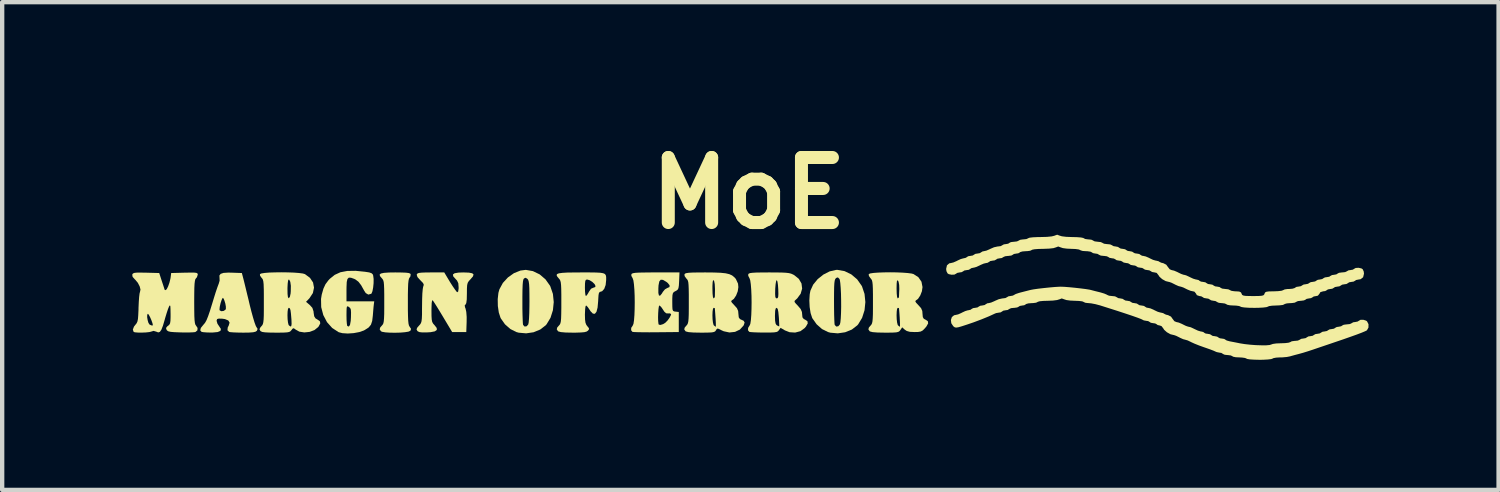
<source format=kicad_pcb>
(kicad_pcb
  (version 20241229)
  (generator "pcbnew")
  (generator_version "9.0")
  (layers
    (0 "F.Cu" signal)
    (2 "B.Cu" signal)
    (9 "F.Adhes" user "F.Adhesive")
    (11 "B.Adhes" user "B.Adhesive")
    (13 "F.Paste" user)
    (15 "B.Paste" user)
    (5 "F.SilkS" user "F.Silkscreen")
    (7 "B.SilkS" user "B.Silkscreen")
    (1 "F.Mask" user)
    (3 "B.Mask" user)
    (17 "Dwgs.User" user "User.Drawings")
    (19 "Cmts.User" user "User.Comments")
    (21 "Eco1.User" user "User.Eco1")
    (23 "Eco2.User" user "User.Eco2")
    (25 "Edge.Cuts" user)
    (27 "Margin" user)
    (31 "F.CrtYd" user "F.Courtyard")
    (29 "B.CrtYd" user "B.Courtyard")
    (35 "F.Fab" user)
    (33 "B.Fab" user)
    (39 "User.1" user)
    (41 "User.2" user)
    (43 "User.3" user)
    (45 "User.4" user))
  (footprint "MoE"
    (layer "F.Cu")
    (at 14.279 4.404)
    (property "Reference" "MoE" (at -0.059 -3 0) (layer "F.SilkS") (effects (font (size 1.5 1.5) (thickness 0.3))))
    (attr board_only exclude_from_pos_files exclude_from_bom)
    (fp_poly (pts (xy -8.065 -1.169) (xy -7.965 -1.165) (xy -7.902 -1.157) (xy -7.869 -1.144) (xy -7.858 -1.131) (xy -7.863 -1.081) (xy -7.883 -1.051) (xy -7.897 -1.027) (xy -7.907 -0.982) (xy -7.915 -0.91) (xy -7.919 -0.804) (xy -7.922 -0.657) (xy -7.922 -0.487) (xy -7.922 -0.301) (xy -7.919 -0.162) (xy -7.915 -0.062) (xy -7.908 0.006) (xy -7.898 0.051) (xy -7.883 0.079) (xy -7.878 0.086) (xy -7.849 0.131) (xy -7.862 0.17) (xy -7.867 0.176) (xy -7.909 0.195) (xy -7.992 0.208) (xy -8.1 0.217) (xy -8.221 0.22) (xy -8.34 0.218) (xy -8.443 0.211) (xy -8.517 0.198) (xy -8.543 0.185) (xy -8.572 0.143) (xy -8.561 0.1) (xy -8.521 0.054) (xy -8.502 0.031) (xy -8.487 0.001) (xy -8.478 -0.044) (xy -8.472 -0.113) (xy -8.468 -0.213) (xy -8.467 -0.354) (xy -8.467 -0.49) (xy -8.467 -0.665) (xy -8.469 -0.795) (xy -8.473 -0.886) (xy -8.479 -0.948) (xy -8.49 -0.989) (xy -8.506 -1.017) (xy -8.523 -1.037) (xy -8.565 -1.086) (xy -8.573 -1.122) (xy -8.544 -1.146) (xy -8.474 -1.161) (xy -8.358 -1.169) (xy -8.212 -1.171)) (stroke (width 0) (type solid)) (fill yes) (layer "F.SilkS"))
    (fp_poly (pts (xy -5.038 -1.201) (xy -4.883 -1.126) (xy -4.749 -1.012) (xy -4.645 -0.866) (xy -4.636 -0.848) (xy -4.577 -0.675) (xy -4.558 -0.487) (xy -4.577 -0.299) (xy -4.633 -0.124) (xy -4.723 0.025) (xy -4.745 0.05) (xy -4.87 0.146) (xy -5.024 0.209) (xy -5.194 0.234) (xy -5.365 0.219) (xy -5.42 0.204) (xy -5.558 0.135) (xy -5.683 0.025) (xy -5.778 -0.11) (xy -5.786 -0.126) (xy -5.825 -0.246) (xy -5.847 -0.396) (xy -5.849 -0.503) (xy -5.281 -0.503) (xy -5.281 -0.341) (xy -5.278 -0.196) (xy -5.274 -0.078) (xy -5.27 0.003) (xy -5.265 0.039) (xy -5.23 0.077) (xy -5.183 0.071) (xy -5.146 0.029) (xy -5.136 -0.017) (xy -5.128 -0.108) (xy -5.122 -0.237) (xy -5.119 -0.396) (xy -5.118 -0.5) (xy -5.119 -0.677) (xy -5.121 -0.807) (xy -5.126 -0.899) (xy -5.135 -0.96) (xy -5.147 -0.998) (xy -5.162 -1.02) (xy -5.205 -1.048) (xy -5.244 -1.032) (xy -5.258 -1.009) (xy -5.268 -0.963) (xy -5.275 -0.885) (xy -5.279 -0.771) (xy -5.281 -0.613) (xy -5.281 -0.503) (xy -5.849 -0.503) (xy -5.85 -0.554) (xy -5.834 -0.7) (xy -5.811 -0.782) (xy -5.731 -0.929) (xy -5.615 -1.055) (xy -5.476 -1.154) (xy -5.326 -1.214) (xy -5.201 -1.23)) (stroke (width 0) (type solid)) (fill yes) (layer "F.SilkS"))
    (fp_poly (pts (xy 2.149 -1.201) (xy 2.304 -1.126) (xy 2.439 -1.012) (xy 2.542 -0.866) (xy 2.552 -0.848) (xy 2.61 -0.675) (xy 2.629 -0.487) (xy 2.61 -0.299) (xy 2.554 -0.124) (xy 2.464 0.025) (xy 2.442 0.05) (xy 2.318 0.146) (xy 2.163 0.209) (xy 1.993 0.234) (xy 1.822 0.219) (xy 1.768 0.204) (xy 1.629 0.135) (xy 1.505 0.025) (xy 1.409 -0.11) (xy 1.401 -0.126) (xy 1.366 -0.234) (xy 1.344 -0.374) (xy 1.338 -0.503) (xy 1.906 -0.503) (xy 1.907 -0.341) (xy 1.909 -0.196) (xy 1.913 -0.078) (xy 1.917 0.003) (xy 1.922 0.039) (xy 1.957 0.077) (xy 2.004 0.071) (xy 2.041 0.029) (xy 2.053 -0.022) (xy 2.062 -0.115) (xy 2.068 -0.238) (xy 2.071 -0.382) (xy 2.07 -0.533) (xy 2.067 -0.682) (xy 2.06 -0.816) (xy 2.051 -0.926) (xy 2.04 -0.999) (xy 2.031 -1.021) (xy 1.996 -1.056) (xy 1.961 -1.046) (xy 1.949 -1.037) (xy 1.934 -1.017) (xy 1.922 -0.982) (xy 1.914 -0.924) (xy 1.909 -0.835) (xy 1.907 -0.709) (xy 1.906 -0.537) (xy 1.906 -0.503) (xy 1.338 -0.503) (xy 1.337 -0.525) (xy 1.346 -0.668) (xy 1.362 -0.751) (xy 1.425 -0.889) (xy 1.529 -1.016) (xy 1.66 -1.121) (xy 1.805 -1.195) (xy 1.952 -1.229) (xy 1.986 -1.23)) (stroke (width 0) (type solid)) (fill yes) (layer "F.SilkS"))
    (fp_poly (pts (xy -8.909 -1.186) (xy -8.813 -1.171) (xy -8.759 -1.152) (xy -8.731 -1.125) (xy -8.722 -1.098) (xy -8.712 -1.02) (xy -8.713 -0.923) (xy -8.723 -0.823) (xy -8.739 -0.738) (xy -8.761 -0.685) (xy -8.768 -0.678) (xy -8.835 -0.66) (xy -8.894 -0.695) (xy -8.932 -0.754) (xy -9 -0.876) (xy -9.063 -0.957) (xy -9.131 -1.008) (xy -9.161 -1.023) (xy -9.235 -1.049) (xy -9.285 -1.05) (xy -9.316 -1.019) (xy -9.332 -0.95) (xy -9.337 -0.836) (xy -9.338 -0.766) (xy -9.338 -0.504) (xy -9.018 -0.504) (xy -8.698 -0.504) (xy -8.707 -0.436) (xy -8.714 -0.374) (xy -8.722 -0.279) (xy -8.73 -0.177) (xy -8.745 -0.052) (xy -8.774 0.035) (xy -8.826 0.098) (xy -8.912 0.154) (xy -8.94 0.169) (xy -9.044 0.205) (xy -9.173 0.229) (xy -9.309 0.238) (xy -9.432 0.23) (xy -9.517 0.208) (xy -9.667 0.111) (xy -9.787 -0.024) (xy -9.87 -0.182) (xy -9.338 -0.182) (xy -9.336 -0.075) (xy -9.33 0.009) (xy -9.322 0.058) (xy -9.319 0.064) (xy -9.283 0.078) (xy -9.257 0.039) (xy -9.24 -0.053) (xy -9.235 -0.138) (xy -9.233 -0.245) (xy -9.237 -0.31) (xy -9.252 -0.348) (xy -9.28 -0.373) (xy -9.282 -0.375) (xy -9.309 -0.389) (xy -9.326 -0.384) (xy -9.334 -0.352) (xy -9.337 -0.282) (xy -9.338 -0.182) (xy -9.87 -0.182) (xy -9.873 -0.188) (xy -9.921 -0.37) (xy -9.925 -0.56) (xy -9.909 -0.659) (xy -9.87 -0.796) (xy -9.823 -0.898) (xy -9.756 -0.988) (xy -9.721 -1.025) (xy -9.609 -1.115) (xy -9.478 -1.175) (xy -9.32 -1.205) (xy -9.128 -1.208)) (stroke (width 0) (type solid)) (fill yes) (layer "F.SilkS"))
    (fp_poly (pts (xy -11.977 -1.165) (xy -11.751 -1.157) (xy -11.715 -1.021) (xy -11.697 -0.949) (xy -11.669 -0.835) (xy -11.635 -0.694) (xy -11.596 -0.535) (xy -11.57 -0.423) (xy -11.531 -0.269) (xy -11.493 -0.131) (xy -11.459 -0.018) (xy -11.431 0.058) (xy -11.416 0.087) (xy -11.388 0.131) (xy -11.402 0.171) (xy -11.406 0.176) (xy -11.436 0.196) (xy -11.491 0.209) (xy -11.582 0.216) (xy -11.716 0.218) (xy -11.721 0.218) (xy -11.843 0.216) (xy -11.947 0.212) (xy -12.02 0.206) (xy -12.044 0.201) (xy -12.083 0.163) (xy -12.077 0.099) (xy -12.054 0.054) (xy -12.034 -0.013) (xy -12.064 -0.063) (xy -12.141 -0.095) (xy -12.206 -0.104) (xy -12.283 -0.106) (xy -12.32 -0.096) (xy -12.332 -0.068) (xy -12.332 -0.051) (xy -12.314 0.012) (xy -12.274 0.072) (xy -12.234 0.133) (xy -12.245 0.177) (xy -12.308 0.204) (xy -12.422 0.215) (xy -12.465 0.216) (xy -12.563 0.213) (xy -12.641 0.207) (xy -12.68 0.2) (xy -12.711 0.165) (xy -12.697 0.109) (xy -12.639 0.037) (xy -12.636 0.034) (xy -12.6 -0.009) (xy -12.565 -0.072) (xy -12.528 -0.164) (xy -12.484 -0.292) (xy -12.476 -0.32) (xy -12.267 -0.32) (xy -12.263 -0.297) (xy -12.223 -0.276) (xy -12.169 -0.284) (xy -12.127 -0.314) (xy -12.12 -0.331) (xy -12.12 -0.384) (xy -12.132 -0.452) (xy -12.152 -0.519) (xy -12.173 -0.569) (xy -12.191 -0.584) (xy -12.194 -0.582) (xy -12.218 -0.535) (xy -12.242 -0.462) (xy -12.26 -0.383) (xy -12.267 -0.32) (xy -12.476 -0.32) (xy -12.44 -0.436) (xy -12.396 -0.58) (xy -12.355 -0.712) (xy -12.319 -0.818) (xy -12.293 -0.889) (xy -12.286 -0.905) (xy -12.264 -0.98) (xy -12.266 -1.043) (xy -12.269 -1.1) (xy -12.24 -1.138) (xy -12.174 -1.16) (xy -12.064 -1.167)) (stroke (width 0) (type solid)) (fill yes) (layer "F.SilkS"))
    (fp_poly (pts (xy -6.949 -0.947) (xy -6.887 -0.85) (xy -6.833 -0.772) (xy -6.795 -0.723) (xy -6.783 -0.714) (xy -6.762 -0.731) (xy -6.752 -0.8) (xy -6.752 -0.829) (xy -6.759 -0.921) (xy -6.788 -0.983) (xy -6.823 -1.021) (xy -6.876 -1.081) (xy -6.883 -1.124) (xy -6.844 -1.152) (xy -6.755 -1.167) (xy -6.643 -1.171) (xy -6.514 -1.166) (xy -6.437 -1.151) (xy -6.407 -1.123) (xy -6.422 -1.078) (xy -6.478 -1.013) (xy -6.517 -0.971) (xy -6.542 -0.931) (xy -6.555 -0.879) (xy -6.56 -0.801) (xy -6.561 -0.685) (xy -6.564 -0.548) (xy -6.575 -0.464) (xy -6.593 -0.43) (xy -6.594 -0.429) (xy -6.612 -0.409) (xy -6.602 -0.361) (xy -6.592 -0.337) (xy -6.575 -0.26) (xy -6.566 -0.144) (xy -6.567 -0.026) (xy -6.575 0.204) (xy -6.738 0.204) (xy -6.901 0.204) (xy -7.111 -0.147) (xy -7.187 -0.273) (xy -7.254 -0.382) (xy -7.308 -0.467) (xy -7.342 -0.518) (xy -7.349 -0.527) (xy -7.364 -0.521) (xy -7.373 -0.465) (xy -7.377 -0.36) (xy -7.378 -0.29) (xy -7.377 -0.166) (xy -7.372 -0.084) (xy -7.361 -0.03) (xy -7.34 0.009) (xy -7.308 0.045) (xy -7.306 0.047) (xy -7.257 0.11) (xy -7.255 0.156) (xy -7.301 0.188) (xy -7.398 0.207) (xy -7.478 0.212) (xy -7.589 0.213) (xy -7.657 0.205) (xy -7.697 0.185) (xy -7.704 0.177) (xy -7.722 0.142) (xy -7.707 0.104) (xy -7.668 0.059) (xy -7.639 0.027) (xy -7.62 -0.004) (xy -7.607 -0.046) (xy -7.6 -0.107) (xy -7.596 -0.199) (xy -7.596 -0.331) (xy -7.595 -0.405) (xy -7.593 -0.557) (xy -7.588 -0.688) (xy -7.579 -0.787) (xy -7.569 -0.843) (xy -7.567 -0.847) (xy -7.555 -0.886) (xy -7.572 -0.926) (xy -7.625 -0.981) (xy -7.635 -0.991) (xy -7.701 -1.064) (xy -7.718 -1.117) (xy -7.716 -1.126) (xy -7.701 -1.146) (xy -7.667 -1.159) (xy -7.606 -1.166) (xy -7.508 -1.17) (xy -7.391 -1.171) (xy -7.083 -1.171)) (stroke (width 0) (type solid)) (fill yes) (layer "F.SilkS"))
    (fp_poly (pts (xy -3.733 -1.171) (xy -3.59 -1.169) (xy -3.488 -1.164) (xy -3.419 -1.153) (xy -3.378 -1.135) (xy -3.357 -1.106) (xy -3.349 -1.066) (xy -3.349 -1.012) (xy -3.349 -0.996) (xy -3.361 -0.881) (xy -3.394 -0.791) (xy -3.442 -0.738) (xy -3.466 -0.73) (xy -3.496 -0.721) (xy -3.515 -0.698) (xy -3.525 -0.648) (xy -3.531 -0.56) (xy -3.534 -0.505) (xy -3.547 -0.36) (xy -3.572 -0.264) (xy -3.609 -0.217) (xy -3.655 -0.221) (xy -3.71 -0.277) (xy -3.733 -0.313) (xy -3.774 -0.373) (xy -3.807 -0.406) (xy -3.814 -0.408) (xy -3.826 -0.383) (xy -3.834 -0.317) (xy -3.838 -0.223) (xy -3.839 -0.199) (xy -3.836 -0.085) (xy -3.826 -0.011) (xy -3.806 0.039) (xy -3.783 0.07) (xy -3.746 0.115) (xy -3.747 0.145) (xy -3.771 0.174) (xy -3.802 0.194) (xy -3.853 0.207) (xy -3.934 0.214) (xy -4.055 0.218) (xy -4.121 0.218) (xy -4.283 0.215) (xy -4.395 0.205) (xy -4.453 0.189) (xy -4.459 0.185) (xy -4.488 0.143) (xy -4.478 0.1) (xy -4.438 0.054) (xy -4.418 0.031) (xy -4.404 0.001) (xy -4.394 -0.045) (xy -4.388 -0.114) (xy -4.385 -0.215) (xy -4.383 -0.356) (xy -4.383 -0.485) (xy -4.383 -0.659) (xy -4.385 -0.788) (xy -4.386 -0.817) (xy -3.839 -0.817) (xy -3.839 -0.817) (xy -3.836 -0.723) (xy -3.828 -0.655) (xy -3.817 -0.626) (xy -3.816 -0.626) (xy -3.792 -0.648) (xy -3.758 -0.703) (xy -3.749 -0.721) (xy -3.698 -0.795) (xy -3.648 -0.817) (xy -3.604 -0.833) (xy -3.594 -0.856) (xy -3.616 -0.902) (xy -3.669 -0.953) (xy -3.734 -0.993) (xy -3.788 -1.007) (xy -3.815 -1.001) (xy -3.83 -0.975) (xy -3.837 -0.917) (xy -3.839 -0.817) (xy -4.386 -0.817) (xy -4.389 -0.879) (xy -4.396 -0.941) (xy -4.407 -0.982) (xy -4.423 -1.011) (xy -4.44 -1.031) (xy -4.477 -1.075) (xy -4.492 -1.108) (xy -4.482 -1.133) (xy -4.439 -1.15) (xy -4.361 -1.161) (xy -4.242 -1.168) (xy -4.077 -1.17) (xy -3.924 -1.171)) (stroke (width 0) (type solid)) (fill yes) (layer "F.SilkS"))
    (fp_poly (pts (xy -1.666 -0.974) (xy -1.672 -0.87) (xy -1.682 -0.808) (xy -1.701 -0.772) (xy -1.734 -0.748) (xy -1.749 -0.741) (xy -1.787 -0.72) (xy -1.809 -0.693) (xy -1.82 -0.647) (xy -1.824 -0.569) (xy -1.824 -0.49) (xy -1.823 -0.383) (xy -1.819 -0.319) (xy -1.806 -0.286) (xy -1.782 -0.272) (xy -1.749 -0.267) (xy -1.674 -0.259) (xy -1.674 -0.027) (xy -1.674 0.204) (xy -2.192 0.209) (xy -2.355 0.21) (xy -2.502 0.209) (xy -2.621 0.207) (xy -2.704 0.204) (xy -2.742 0.2) (xy -2.743 0.2) (xy -2.773 0.163) (xy -2.771 0.107) (xy -2.737 0.056) (xy -2.736 0.054) (xy -2.719 0.014) (xy -2.706 -0.071) (xy -2.701 -0.139) (xy -2.152 -0.139) (xy -2.15 -0.053) (xy -2.143 0.011) (xy -2.136 0.033) (xy -2.096 0.04) (xy -2.034 0.021) (xy -1.986 -0.009) (xy -1.935 -0.06) (xy -1.887 -0.126) (xy -1.856 -0.186) (xy -1.851 -0.206) (xy -1.874 -0.226) (xy -1.915 -0.225) (xy -1.964 -0.228) (xy -2.007 -0.265) (xy -2.037 -0.311) (xy -2.079 -0.372) (xy -2.114 -0.406) (xy -2.123 -0.408) (xy -2.134 -0.384) (xy -2.143 -0.32) (xy -2.149 -0.234) (xy -2.152 -0.139) (xy -2.701 -0.139) (xy -2.697 -0.189) (xy -2.692 -0.328) (xy -2.69 -0.48) (xy -2.692 -0.632) (xy -2.698 -0.774) (xy -2.701 -0.807) (xy -2.145 -0.807) (xy -2.145 -0.697) (xy -2.132 -0.64) (xy -2.106 -0.634) (xy -2.066 -0.681) (xy -2.041 -0.723) (xy -1.993 -0.781) (xy -1.939 -0.812) (xy -1.938 -0.812) (xy -1.888 -0.834) (xy -1.886 -0.875) (xy -1.93 -0.929) (xy -1.96 -0.953) (xy -2.038 -0.999) (xy -2.09 -1.003) (xy -2.123 -0.964) (xy -2.141 -0.875) (xy -2.145 -0.807) (xy -2.701 -0.807) (xy -2.708 -0.897) (xy -2.721 -0.987) (xy -2.738 -1.037) (xy -2.739 -1.038) (xy -2.768 -1.092) (xy -2.767 -1.129) (xy -2.755 -1.143) (xy -2.726 -1.154) (xy -2.674 -1.162) (xy -2.591 -1.167) (xy -2.471 -1.169) (xy -2.307 -1.171) (xy -2.205 -1.171) (xy -1.658 -1.171)) (stroke (width 0) (type solid)) (fill yes) (layer "F.SilkS"))
    (fp_poly (pts (xy -10.693 -1.172) (xy -10.555 -1.167) (xy -10.435 -1.158) (xy -10.344 -1.146) (xy -10.296 -1.132) (xy -10.18 -1.046) (xy -10.109 -0.939) (xy -10.087 -0.819) (xy -10.113 -0.695) (xy -10.191 -0.577) (xy -10.199 -0.568) (xy -10.271 -0.493) (xy -10.187 -0.422) (xy -10.125 -0.354) (xy -10.098 -0.272) (xy -10.095 -0.237) (xy -10.082 -0.158) (xy -10.052 -0.111) (xy -10.012 -0.087) (xy -9.953 -0.047) (xy -9.942 0.003) (xy -9.977 0.07) (xy -9.992 0.09) (xy -10.076 0.158) (xy -10.187 0.2) (xy -10.31 0.213) (xy -10.425 0.195) (xy -10.511 0.147) (xy -10.553 0.116) (xy -10.58 0.125) (xy -10.606 0.158) (xy -10.628 0.184) (xy -10.657 0.201) (xy -10.704 0.211) (xy -10.779 0.216) (xy -10.894 0.218) (xy -10.969 0.218) (xy -11.115 0.216) (xy -11.215 0.211) (xy -11.279 0.202) (xy -11.315 0.186) (xy -11.326 0.176) (xy -11.344 0.139) (xy -11.325 0.099) (xy -11.302 0.072) (xy -11.281 0.048) (xy -11.266 0.018) (xy -11.256 -0.024) (xy -11.249 -0.087) (xy -11.245 -0.18) (xy -11.245 -0.183) (xy -10.699 -0.183) (xy -10.696 -0.093) (xy -10.687 -0.014) (xy -10.673 0.04) (xy -10.666 0.049) (xy -10.632 0.076) (xy -10.612 0.068) (xy -10.604 0.019) (xy -10.607 -0.076) (xy -10.609 -0.102) (xy -10.619 -0.222) (xy -10.629 -0.297) (xy -10.642 -0.338) (xy -10.661 -0.353) (xy -10.671 -0.354) (xy -10.687 -0.33) (xy -10.696 -0.267) (xy -10.699 -0.183) (xy -11.245 -0.183) (xy -11.244 -0.311) (xy -11.244 -0.487) (xy -11.244 -0.494) (xy -11.244 -0.673) (xy -11.245 -0.787) (xy -10.699 -0.787) (xy -10.697 -0.673) (xy -10.689 -0.605) (xy -10.675 -0.579) (xy -10.665 -0.578) (xy -10.643 -0.611) (xy -10.627 -0.685) (xy -10.623 -0.736) (xy -10.621 -0.863) (xy -10.634 -0.954) (xy -10.658 -1.002) (xy -10.672 -1.007) (xy -10.685 -0.982) (xy -10.694 -0.913) (xy -10.699 -0.813) (xy -10.699 -0.787) (xy -11.245 -0.787) (xy -11.246 -0.805) (xy -11.249 -0.899) (xy -11.256 -0.963) (xy -11.266 -1.004) (xy -11.281 -1.03) (xy -11.296 -1.046) (xy -11.331 -1.095) (xy -11.334 -1.132) (xy -11.302 -1.147) (xy -11.226 -1.159) (xy -11.117 -1.168) (xy -10.985 -1.172) (xy -10.84 -1.174)) (stroke (width 0) (type solid)) (fill yes) (layer "F.SilkS"))
    (fp_poly (pts (xy 0.583 -1.17) (xy 0.71 -1.168) (xy 0.802 -1.163) (xy 0.868 -1.155) (xy 0.918 -1.142) (xy 0.961 -1.123) (xy 0.986 -1.11) (xy 1.094 -1.023) (xy 1.156 -0.916) (xy 1.171 -0.798) (xy 1.137 -0.68) (xy 1.056 -0.57) (xy 1.026 -0.543) (xy 0.998 -0.516) (xy 0.996 -0.49) (xy 1.026 -0.451) (xy 1.072 -0.403) (xy 1.137 -0.327) (xy 1.166 -0.259) (xy 1.171 -0.206) (xy 1.178 -0.135) (xy 1.209 -0.096) (xy 1.239 -0.082) (xy 1.293 -0.046) (xy 1.3 0.005) (xy 1.26 0.076) (xy 1.23 0.112) (xy 1.132 0.184) (xy 1.01 0.216) (xy 0.881 0.208) (xy 0.774 0.166) (xy 0.674 0.107) (xy 0.635 0.162) (xy 0.613 0.187) (xy 0.582 0.202) (xy 0.53 0.211) (xy 0.448 0.215) (xy 0.324 0.216) (xy 0.291 0.216) (xy 0.165 0.214) (xy 0.058 0.21) (xy -0.017 0.205) (xy -0.048 0.2) (xy -0.078 0.163) (xy -0.075 0.108) (xy -0.043 0.056) (xy -0.041 0.054) (xy -0.024 0.014) (xy -0.011 -0.071) (xy -0.004 -0.165) (xy 0.544 -0.165) (xy 0.547 -0.059) (xy 0.558 0.006) (xy 0.578 0.041) (xy 0.592 0.051) (xy 0.632 0.071) (xy 0.643 0.073) (xy 0.643 0.045) (xy 0.64 -0.023) (xy 0.635 -0.118) (xy 0.633 -0.143) (xy 0.622 -0.258) (xy 0.608 -0.326) (xy 0.588 -0.353) (xy 0.582 -0.354) (xy 0.561 -0.339) (xy 0.549 -0.289) (xy 0.545 -0.195) (xy 0.544 -0.165) (xy -0.004 -0.165) (xy -0.002 -0.189) (xy 0.003 -0.328) (xy 0.005 -0.48) (xy 0.003 -0.632) (xy 0.001 -0.675) (xy 0.548 -0.675) (xy 0.552 -0.61) (xy 0.564 -0.58) (xy 0.585 -0.572) (xy 0.607 -0.58) (xy 0.619 -0.611) (xy 0.623 -0.675) (xy 0.62 -0.783) (xy 0.613 -0.883) (xy 0.602 -0.957) (xy 0.588 -0.992) (xy 0.585 -0.994) (xy 0.571 -0.969) (xy 0.559 -0.902) (xy 0.551 -0.806) (xy 0.55 -0.783) (xy 0.548 -0.675) (xy 0.001 -0.675) (xy -0.003 -0.774) (xy -0.013 -0.897) (xy -0.026 -0.987) (xy -0.043 -1.037) (xy -0.044 -1.038) (xy -0.072 -1.092) (xy -0.072 -1.129) (xy -0.059 -1.144) (xy -0.028 -1.156) (xy 0.028 -1.163) (xy 0.117 -1.168) (xy 0.246 -1.17) (xy 0.411 -1.171)) (stroke (width 0) (type solid)) (fill yes) (layer "F.SilkS"))
    (fp_poly (pts (xy -0.862 -1.169) (xy -0.709 -1.163) (xy -0.594 -1.151) (xy -0.509 -1.131) (xy -0.445 -1.102) (xy -0.394 -1.061) (xy -0.358 -1.021) (xy -0.308 -0.913) (xy -0.3 -0.833) (xy -0.314 -0.736) (xy -0.352 -0.639) (xy -0.403 -0.562) (xy -0.45 -0.527) (xy -0.467 -0.509) (xy -0.45 -0.475) (xy -0.396 -0.417) (xy -0.333 -0.347) (xy -0.305 -0.282) (xy -0.299 -0.216) (xy -0.291 -0.135) (xy -0.263 -0.095) (xy -0.252 -0.09) (xy -0.179 -0.056) (xy -0.156 -0.016) (xy -0.175 0.043) (xy -0.183 0.057) (xy -0.265 0.147) (xy -0.377 0.2) (xy -0.506 0.214) (xy -0.638 0.186) (xy -0.687 0.164) (xy -0.751 0.131) (xy -0.785 0.124) (xy -0.805 0.143) (xy -0.817 0.164) (xy -0.834 0.187) (xy -0.862 0.202) (xy -0.911 0.212) (xy -0.99 0.216) (xy -1.111 0.218) (xy -1.166 0.218) (xy -1.335 0.215) (xy -1.45 0.206) (xy -1.512 0.19) (xy -1.519 0.185) (xy -1.548 0.143) (xy -1.537 0.1) (xy -1.497 0.054) (xy -1.478 0.031) (xy -1.464 0.001) (xy -1.454 -0.044) (xy -1.448 -0.113) (xy -1.445 -0.183) (xy -0.898 -0.183) (xy -0.895 -0.093) (xy -0.886 -0.014) (xy -0.872 0.04) (xy -0.866 0.049) (xy -0.832 0.077) (xy -0.822 0.082) (xy -0.819 0.057) (xy -0.82 -0.009) (xy -0.825 -0.104) (xy -0.827 -0.129) (xy -0.834 -0.23) (xy -0.84 -0.306) (xy -0.843 -0.345) (xy -0.843 -0.347) (xy -0.865 -0.354) (xy -0.871 -0.354) (xy -0.886 -0.33) (xy -0.895 -0.267) (xy -0.898 -0.183) (xy -1.445 -0.183) (xy -1.444 -0.213) (xy -1.443 -0.354) (xy -1.443 -0.489) (xy -1.443 -0.664) (xy -1.445 -0.793) (xy -1.445 -0.795) (xy -0.898 -0.795) (xy -0.895 -0.685) (xy -0.887 -0.608) (xy -0.874 -0.573) (xy -0.871 -0.572) (xy -0.847 -0.594) (xy -0.842 -0.619) (xy -0.839 -0.783) (xy -0.845 -0.902) (xy -0.859 -0.973) (xy -0.868 -0.988) (xy -0.884 -0.988) (xy -0.893 -0.946) (xy -0.898 -0.858) (xy -0.898 -0.795) (xy -1.445 -0.795) (xy -1.449 -0.884) (xy -1.455 -0.945) (xy -1.466 -0.985) (xy -1.481 -1.011) (xy -1.501 -1.032) (xy -1.54 -1.087) (xy -1.543 -1.128) (xy -1.529 -1.144) (xy -1.499 -1.155) (xy -1.444 -1.163) (xy -1.357 -1.168) (xy -1.23 -1.17) (xy -1.062 -1.171)) (stroke (width 0) (type solid)) (fill yes) (layer "F.SilkS"))
    (fp_poly (pts (xy 3.347 -1.172) (xy 3.486 -1.166) (xy 3.606 -1.157) (xy 3.697 -1.145) (xy 3.74 -1.133) (xy 3.852 -1.06) (xy 3.923 -0.957) (xy 3.947 -0.833) (xy 3.933 -0.736) (xy 3.895 -0.639) (xy 3.844 -0.562) (xy 3.797 -0.527) (xy 3.78 -0.509) (xy 3.797 -0.475) (xy 3.851 -0.417) (xy 3.914 -0.347) (xy 3.942 -0.281) (xy 3.947 -0.216) (xy 3.954 -0.141) (xy 3.978 -0.101) (xy 4.016 -0.082) (xy 4.07 -0.046) (xy 4.077 0.004) (xy 4.038 0.074) (xy 4.004 0.115) (xy 3.954 0.166) (xy 3.906 0.192) (xy 3.84 0.203) (xy 3.762 0.204) (xy 3.654 0.199) (xy 3.583 0.179) (xy 3.539 0.15) (xy 3.478 0.095) (xy 3.437 0.157) (xy 3.416 0.183) (xy 3.389 0.2) (xy 3.343 0.211) (xy 3.27 0.216) (xy 3.158 0.218) (xy 3.078 0.218) (xy 2.911 0.215) (xy 2.796 0.206) (xy 2.735 0.19) (xy 2.728 0.185) (xy 2.699 0.143) (xy 2.71 0.1) (xy 2.75 0.054) (xy 2.769 0.031) (xy 2.783 0.001) (xy 2.793 -0.044) (xy 2.799 -0.113) (xy 2.802 -0.183) (xy 3.349 -0.183) (xy 3.352 -0.093) (xy 3.361 -0.014) (xy 3.375 0.04) (xy 3.381 0.049) (xy 3.415 0.077) (xy 3.425 0.082) (xy 3.428 0.057) (xy 3.427 -0.009) (xy 3.422 -0.104) (xy 3.421 -0.129) (xy 3.414 -0.23) (xy 3.408 -0.306) (xy 3.405 -0.345) (xy 3.404 -0.347) (xy 3.382 -0.354) (xy 3.376 -0.354) (xy 3.36 -0.33) (xy 3.352 -0.267) (xy 3.349 -0.183) (xy 2.802 -0.183) (xy 2.803 -0.213) (xy 2.804 -0.354) (xy 2.804 -0.49) (xy 2.804 -0.665) (xy 2.802 -0.795) (xy 2.802 -0.796) (xy 3.349 -0.796) (xy 3.352 -0.685) (xy 3.36 -0.608) (xy 3.373 -0.573) (xy 3.376 -0.572) (xy 3.402 -0.593) (xy 3.404 -0.606) (xy 3.406 -0.651) (xy 3.409 -0.729) (xy 3.412 -0.786) (xy 3.409 -0.882) (xy 3.395 -0.955) (xy 3.384 -0.977) (xy 3.367 -0.99) (xy 3.357 -0.971) (xy 3.351 -0.914) (xy 3.349 -0.81) (xy 3.349 -0.796) (xy 2.802 -0.796) (xy 2.798 -0.886) (xy 2.791 -0.948) (xy 2.781 -0.989) (xy 2.765 -1.017) (xy 2.748 -1.037) (xy 2.711 -1.089) (xy 2.706 -1.132) (xy 2.738 -1.147) (xy 2.814 -1.159) (xy 2.923 -1.167) (xy 3.055 -1.172) (xy 3.2 -1.174)) (stroke (width 0) (type solid)) (fill yes) (layer "F.SilkS"))
    (fp_poly (pts (xy -12.854 -1.167) (xy -12.802 -1.161) (xy -12.777 -1.15) (xy -12.769 -1.131) (xy -12.768 -1.12) (xy -12.788 -1.059) (xy -12.809 -1.035) (xy -12.824 -1.014) (xy -12.834 -0.974) (xy -12.842 -0.909) (xy -12.847 -0.811) (xy -12.849 -0.672) (xy -12.85 -0.49) (xy -12.849 -0.305) (xy -12.847 -0.167) (xy -12.842 -0.07) (xy -12.834 -0.005) (xy -12.823 0.034) (xy -12.809 0.054) (xy -12.772 0.11) (xy -12.777 0.166) (xy -12.822 0.203) (xy -12.829 0.205) (xy -12.882 0.21) (xy -12.974 0.214) (xy -13.09 0.214) (xy -13.174 0.212) (xy -13.304 0.207) (xy -13.391 0.2) (xy -13.444 0.188) (xy -13.475 0.169) (xy -13.487 0.154) (xy -13.5 0.111) (xy -13.472 0.074) (xy -13.455 0.062) (xy -13.426 0.037) (xy -13.407 0.003) (xy -13.398 -0.053) (xy -13.395 -0.143) (xy -13.395 -0.214) (xy -13.397 -0.325) (xy -13.4 -0.388) (xy -13.408 -0.411) (xy -13.421 -0.401) (xy -13.432 -0.381) (xy -13.455 -0.324) (xy -13.486 -0.231) (xy -13.52 -0.119) (xy -13.53 -0.082) (xy -13.571 0.058) (xy -13.607 0.15) (xy -13.642 0.2) (xy -13.68 0.213) (xy -13.722 0.196) (xy -13.788 0.177) (xy -13.829 0.19) (xy -13.88 0.204) (xy -13.962 0.213) (xy -14.058 0.217) (xy -14.15 0.216) (xy -14.219 0.21) (xy -14.247 0.2) (xy -14.265 0.147) (xy -14.239 0.078) (xy -14.204 0.034) (xy -14.178 0.001) (xy -14.16 -0.038) (xy -14.148 -0.095) (xy -14.144 -0.14) (xy -13.935 -0.14) (xy -13.924 -0.071) (xy -13.906 -0.009) (xy -13.881 0.03) (xy -13.88 0.031) (xy -13.833 0.052) (xy -13.804 0.05) (xy -13.803 0.046) (xy -13.813 -0.001) (xy -13.837 -0.069) (xy -13.868 -0.14) (xy -13.898 -0.195) (xy -13.918 -0.218) (xy -13.933 -0.195) (xy -13.935 -0.14) (xy -14.144 -0.14) (xy -14.141 -0.181) (xy -14.135 -0.306) (xy -14.134 -0.363) (xy -14.128 -0.493) (xy -14.12 -0.605) (xy -14.11 -0.686) (xy -14.1 -0.724) (xy -14.1 -0.724) (xy -14.089 -0.776) (xy -14.108 -0.85) (xy -14.15 -0.931) (xy -14.208 -1.001) (xy -14.216 -1.008) (xy -14.271 -1.069) (xy -14.279 -1.12) (xy -14.277 -1.124) (xy -14.264 -1.145) (xy -14.235 -1.159) (xy -14.182 -1.166) (xy -14.095 -1.167) (xy -13.964 -1.165) (xy -13.958 -1.165) (xy -13.657 -1.157) (xy -13.595 -0.966) (xy -13.564 -0.873) (xy -13.542 -0.804) (xy -13.531 -0.77) (xy -13.531 -0.769) (xy -13.51 -0.762) (xy -13.51 -0.762) (xy -13.483 -0.786) (xy -13.452 -0.848) (xy -13.422 -0.932) (xy -13.4 -1.022) (xy -13.395 -1.048) (xy -13.381 -1.157) (xy -13.074 -1.165) (xy -12.941 -1.167)) (stroke (width 0) (type solid)) (fill yes) (layer "F.SilkS"))
    (fp_poly (pts (xy 7.215 -0.839) (xy 7.331 -0.83) (xy 7.463 -0.817) (xy 7.596 -0.802) (xy 7.714 -0.787) (xy 7.801 -0.773) (xy 7.827 -0.767) (xy 7.926 -0.741) (xy 8.035 -0.714) (xy 8.058 -0.708) (xy 8.137 -0.684) (xy 8.194 -0.66) (xy 8.207 -0.652) (xy 8.25 -0.634) (xy 8.319 -0.626) (xy 8.321 -0.626) (xy 8.387 -0.619) (xy 8.425 -0.6) (xy 8.426 -0.599) (xy 8.463 -0.578) (xy 8.508 -0.572) (xy 8.565 -0.561) (xy 8.589 -0.544) (xy 8.627 -0.523) (xy 8.671 -0.517) (xy 8.728 -0.507) (xy 8.753 -0.49) (xy 8.79 -0.469) (xy 8.834 -0.463) (xy 8.891 -0.453) (xy 8.916 -0.436) (xy 8.953 -0.414) (xy 8.998 -0.408) (xy 9.055 -0.398) (xy 9.079 -0.381) (xy 9.118 -0.358) (xy 9.148 -0.354) (xy 9.205 -0.341) (xy 9.279 -0.309) (xy 9.297 -0.299) (xy 9.371 -0.264) (xy 9.432 -0.246) (xy 9.442 -0.245) (xy 9.498 -0.232) (xy 9.516 -0.22) (xy 9.562 -0.197) (xy 9.61 -0.186) (xy 9.678 -0.152) (xy 9.713 -0.102) (xy 9.756 -0.046) (xy 9.801 -0.027) (xy 9.858 -0.014) (xy 9.933 0.018) (xy 9.95 0.027) (xy 10.021 0.062) (xy 10.077 0.081) (xy 10.086 0.082) (xy 10.134 0.094) (xy 10.203 0.126) (xy 10.223 0.136) (xy 10.298 0.171) (xy 10.361 0.19) (xy 10.372 0.191) (xy 10.423 0.203) (xy 10.44 0.218) (xy 10.478 0.239) (xy 10.522 0.245) (xy 10.579 0.255) (xy 10.604 0.272) (xy 10.641 0.294) (xy 10.685 0.299) (xy 10.742 0.31) (xy 10.767 0.327) (xy 10.805 0.348) (xy 10.849 0.354) (xy 10.905 0.363) (xy 10.929 0.378) (xy 10.963 0.399) (xy 11.028 0.417) (xy 11.032 0.418) (xy 11.111 0.433) (xy 11.213 0.453) (xy 11.271 0.465) (xy 11.378 0.482) (xy 11.505 0.496) (xy 11.638 0.506) (xy 11.765 0.51) (xy 11.874 0.51) (xy 11.953 0.503) (xy 11.988 0.492) (xy 12.028 0.478) (xy 12.106 0.467) (xy 12.206 0.463) (xy 12.214 0.463) (xy 12.312 0.459) (xy 12.388 0.45) (xy 12.427 0.437) (xy 12.428 0.436) (xy 12.464 0.417) (xy 12.53 0.408) (xy 12.537 0.408) (xy 12.604 0.401) (xy 12.644 0.383) (xy 12.646 0.381) (xy 12.683 0.36) (xy 12.727 0.354) (xy 12.784 0.344) (xy 12.809 0.327) (xy 12.847 0.305) (xy 12.891 0.299) (xy 12.948 0.289) (xy 12.972 0.272) (xy 13.01 0.251) (xy 13.054 0.245) (xy 13.111 0.235) (xy 13.136 0.218) (xy 13.173 0.197) (xy 13.217 0.191) (xy 13.274 0.18) (xy 13.299 0.163) (xy 13.337 0.142) (xy 13.381 0.136) (xy 13.438 0.126) (xy 13.462 0.109) (xy 13.5 0.088) (xy 13.544 0.082) (xy 13.601 0.071) (xy 13.626 0.054) (xy 13.662 0.036) (xy 13.728 0.027) (xy 13.735 0.027) (xy 13.802 0.02) (xy 13.842 0.002) (xy 13.843 -0.000001) (xy 13.881 -0.021) (xy 13.925 -0.027) (xy 13.982 -0.038) (xy 14.007 -0.054) (xy 14.049 -0.078) (xy 14.114 -0.079) (xy 14.177 -0.059) (xy 14.199 -0.043) (xy 14.233 0.023) (xy 14.232 0.101) (xy 14.197 0.163) (xy 14.195 0.165) (xy 14.156 0.185) (xy 14.075 0.219) (xy 13.959 0.263) (xy 13.819 0.313) (xy 13.662 0.368) (xy 13.657 0.37) (xy 13.486 0.428) (xy 13.316 0.486) (xy 13.162 0.538) (xy 13.035 0.581) (xy 12.959 0.607) (xy 12.841 0.646) (xy 12.725 0.682) (xy 12.635 0.707) (xy 12.632 0.708) (xy 12.536 0.733) (xy 12.446 0.758) (xy 12.426 0.764) (xy 12.35 0.779) (xy 12.249 0.788) (xy 12.189 0.789) (xy 12.103 0.794) (xy 12.04 0.806) (xy 12.019 0.817) (xy 11.986 0.828) (xy 11.91 0.837) (xy 11.803 0.843) (xy 11.72 0.844) (xy 11.598 0.841) (xy 11.5 0.835) (xy 11.437 0.825) (xy 11.42 0.817) (xy 11.386 0.802) (xy 11.315 0.792) (xy 11.257 0.789) (xy 11.172 0.785) (xy 11.112 0.773) (xy 11.094 0.762) (xy 11.058 0.744) (xy 10.992 0.735) (xy 10.985 0.735) (xy 10.918 0.728) (xy 10.877 0.71) (xy 10.876 0.708) (xy 10.838 0.685) (xy 10.806 0.681) (xy 10.735 0.667) (xy 10.705 0.655) (xy 10.659 0.634) (xy 10.575 0.602) (xy 10.472 0.566) (xy 10.44 0.555) (xy 10.326 0.514) (xy 10.221 0.472) (xy 10.144 0.437) (xy 10.133 0.431) (xy 10.064 0.398) (xy 10.01 0.382) (xy 10.005 0.381) (xy 9.957 0.368) (xy 9.888 0.337) (xy 9.869 0.327) (xy 9.799 0.292) (xy 9.745 0.273) (xy 9.736 0.272) (xy 9.664 0.254) (xy 9.584 0.209) (xy 9.521 0.153) (xy 9.5 0.12) (xy 9.46 0.068) (xy 9.422 0.054) (xy 9.369 0.042) (xy 9.351 0.027) (xy 9.314 0.006) (xy 9.27 -0.000001) (xy 9.213 -0.01) (xy 9.188 -0.027) (xy 9.15 -0.049) (xy 9.11 -0.054) (xy 9.05 -0.065) (xy 9.023 -0.079) (xy 8.988 -0.096) (xy 8.907 -0.127) (xy 8.785 -0.17) (xy 8.627 -0.223) (xy 8.441 -0.284) (xy 8.23 -0.351) (xy 8.041 -0.411) (xy 7.935 -0.439) (xy 7.835 -0.458) (xy 7.777 -0.463) (xy 7.708 -0.47) (xy 7.666 -0.487) (xy 7.664 -0.49) (xy 7.63 -0.504) (xy 7.557 -0.513) (xy 7.461 -0.517) (xy 7.457 -0.517) (xy 7.354 -0.522) (xy 7.266 -0.534) (xy 7.214 -0.551) (xy 7.158 -0.571) (xy 7.106 -0.551) (xy 7.05 -0.534) (xy 6.956 -0.522) (xy 6.839 -0.517) (xy 6.835 -0.517) (xy 6.732 -0.514) (xy 6.65 -0.506) (xy 6.606 -0.493) (xy 6.602 -0.49) (xy 6.567 -0.473) (xy 6.498 -0.464) (xy 6.466 -0.463) (xy 6.389 -0.457) (xy 6.338 -0.443) (xy 6.33 -0.436) (xy 6.292 -0.414) (xy 6.248 -0.408) (xy 6.191 -0.398) (xy 6.166 -0.381) (xy 6.13 -0.363) (xy 6.064 -0.354) (xy 6.057 -0.354) (xy 5.99 -0.347) (xy 5.95 -0.329) (xy 5.948 -0.327) (xy 5.911 -0.305) (xy 5.867 -0.299) (xy 5.81 -0.289) (xy 5.785 -0.272) (xy 5.747 -0.249) (xy 5.715 -0.245) (xy 5.644 -0.233) (xy 5.615 -0.221) (xy 5.482 -0.16) (xy 5.314 -0.091) (xy 5.128 -0.021) (xy 4.976 0.031) (xy 4.856 0.07) (xy 4.777 0.093) (xy 4.726 0.101) (xy 4.693 0.096) (xy 4.667 0.078) (xy 4.656 0.069) (xy 4.611 0.001) (xy 4.602 -0.074) (xy 4.624 -0.141) (xy 4.675 -0.183) (xy 4.714 -0.191) (xy 4.768 -0.203) (xy 4.841 -0.235) (xy 4.859 -0.245) (xy 4.934 -0.28) (xy 4.998 -0.299) (xy 5.008 -0.299) (xy 5.06 -0.312) (xy 5.077 -0.327) (xy 5.115 -0.348) (xy 5.159 -0.354) (xy 5.216 -0.364) (xy 5.241 -0.381) (xy 5.278 -0.402) (xy 5.322 -0.408) (xy 5.379 -0.419) (xy 5.404 -0.436) (xy 5.442 -0.459) (xy 5.473 -0.463) (xy 5.529 -0.476) (xy 5.604 -0.508) (xy 5.622 -0.517) (xy 5.705 -0.553) (xy 5.786 -0.571) (xy 5.798 -0.572) (xy 5.86 -0.58) (xy 5.894 -0.599) (xy 5.932 -0.621) (xy 5.972 -0.626) (xy 6.032 -0.637) (xy 6.059 -0.652) (xy 6.099 -0.674) (xy 6.171 -0.698) (xy 6.207 -0.708) (xy 6.312 -0.735) (xy 6.418 -0.762) (xy 6.438 -0.767) (xy 6.506 -0.78) (xy 6.611 -0.795) (xy 6.74 -0.81) (xy 6.874 -0.824) (xy 6.999 -0.835) (xy 7.099 -0.841) (xy 7.133 -0.842)) (stroke (width 0) (type solid)) (fill yes) (layer "F.SilkS"))
    (fp_poly (pts (xy 7.105 -2.021) (xy 7.162 -2.004) (xy 7.261 -1.992) (xy 7.391 -1.987) (xy 7.403 -1.987) (xy 7.513 -1.984) (xy 7.601 -1.977) (xy 7.655 -1.966) (xy 7.664 -1.96) (xy 7.7 -1.942) (xy 7.766 -1.933) (xy 7.772 -1.933) (xy 7.84 -1.926) (xy 7.88 -1.908) (xy 7.881 -1.906) (xy 7.918 -1.887) (xy 7.983 -1.879) (xy 7.99 -1.878) (xy 8.057 -1.871) (xy 8.098 -1.853) (xy 8.099 -1.851) (xy 8.135 -1.833) (xy 8.201 -1.824) (xy 8.208 -1.824) (xy 8.275 -1.817) (xy 8.315 -1.799) (xy 8.317 -1.797) (xy 8.355 -1.776) (xy 8.399 -1.77) (xy 8.456 -1.759) (xy 8.48 -1.742) (xy 8.518 -1.721) (xy 8.562 -1.715) (xy 8.619 -1.705) (xy 8.644 -1.688) (xy 8.681 -1.667) (xy 8.725 -1.661) (xy 8.782 -1.65) (xy 8.807 -1.633) (xy 8.845 -1.612) (xy 8.889 -1.606) (xy 8.946 -1.596) (xy 8.97 -1.579) (xy 9.009 -1.556) (xy 9.039 -1.552) (xy 9.096 -1.539) (xy 9.17 -1.507) (xy 9.188 -1.497) (xy 9.262 -1.462) (xy 9.323 -1.444) (xy 9.333 -1.443) (xy 9.389 -1.43) (xy 9.407 -1.418) (xy 9.453 -1.395) (xy 9.501 -1.384) (xy 9.569 -1.349) (xy 9.604 -1.3) (xy 9.648 -1.244) (xy 9.692 -1.225) (xy 9.749 -1.212) (xy 9.824 -1.18) (xy 9.841 -1.171) (xy 9.913 -1.136) (xy 9.968 -1.117) (xy 9.978 -1.116) (xy 10.025 -1.104) (xy 10.095 -1.072) (xy 10.114 -1.062) (xy 10.189 -1.027) (xy 10.252 -1.008) (xy 10.263 -1.007) (xy 10.314 -0.995) (xy 10.332 -0.98) (xy 10.369 -0.959) (xy 10.413 -0.953) (xy 10.47 -0.943) (xy 10.495 -0.926) (xy 10.532 -0.904) (xy 10.577 -0.898) (xy 10.634 -0.888) (xy 10.658 -0.871) (xy 10.696 -0.85) (xy 10.74 -0.844) (xy 10.797 -0.834) (xy 10.822 -0.817) (xy 10.858 -0.798) (xy 10.924 -0.79) (xy 10.93 -0.789) (xy 10.998 -0.782) (xy 11.038 -0.764) (xy 11.039 -0.762) (xy 11.075 -0.746) (xy 11.143 -0.736) (xy 11.174 -0.735) (xy 11.252 -0.73) (xy 11.292 -0.71) (xy 11.306 -0.681) (xy 11.317 -0.655) (xy 11.343 -0.639) (xy 11.393 -0.63) (xy 11.479 -0.627) (xy 11.57 -0.626) (xy 11.689 -0.627) (xy 11.764 -0.632) (xy 11.806 -0.642) (xy 11.827 -0.661) (xy 11.835 -0.681) (xy 11.848 -0.709) (xy 11.878 -0.725) (xy 11.937 -0.733) (xy 12.036 -0.735) (xy 12.048 -0.735) (xy 12.147 -0.739) (xy 12.224 -0.748) (xy 12.263 -0.761) (xy 12.264 -0.762) (xy 12.3 -0.779) (xy 12.369 -0.789) (xy 12.401 -0.789) (xy 12.477 -0.795) (xy 12.528 -0.81) (xy 12.537 -0.817) (xy 12.574 -0.838) (xy 12.618 -0.844) (xy 12.675 -0.854) (xy 12.7 -0.871) (xy 12.738 -0.892) (xy 12.782 -0.898) (xy 12.839 -0.909) (xy 12.863 -0.926) (xy 12.901 -0.947) (xy 12.945 -0.953) (xy 13.002 -0.963) (xy 13.027 -0.98) (xy 13.064 -1.001) (xy 13.108 -1.007) (xy 13.165 -1.018) (xy 13.19 -1.035) (xy 13.228 -1.056) (xy 13.272 -1.062) (xy 13.329 -1.072) (xy 13.353 -1.089) (xy 13.391 -1.11) (xy 13.435 -1.116) (xy 13.492 -1.126) (xy 13.517 -1.143) (xy 13.553 -1.162) (xy 13.619 -1.171) (xy 13.626 -1.171) (xy 13.693 -1.178) (xy 13.733 -1.196) (xy 13.735 -1.198) (xy 13.772 -1.219) (xy 13.816 -1.225) (xy 13.873 -1.235) (xy 13.898 -1.252) (xy 13.938 -1.274) (xy 14.004 -1.278) (xy 14.068 -1.264) (xy 14.097 -1.247) (xy 14.122 -1.196) (xy 14.129 -1.143) (xy 14.109 -1.06) (xy 14.052 -1.015) (xy 14.003 -1.007) (xy 13.947 -0.996) (xy 13.925 -0.98) (xy 13.887 -0.959) (xy 13.843 -0.953) (xy 13.786 -0.943) (xy 13.762 -0.926) (xy 13.724 -0.904) (xy 13.68 -0.898) (xy 13.623 -0.888) (xy 13.598 -0.871) (xy 13.561 -0.85) (xy 13.517 -0.844) (xy 13.46 -0.834) (xy 13.435 -0.817) (xy 13.397 -0.795) (xy 13.353 -0.789) (xy 13.296 -0.779) (xy 13.272 -0.762) (xy 13.234 -0.741) (xy 13.186 -0.735) (xy 13.123 -0.716) (xy 13.103 -0.681) (xy 13.066 -0.635) (xy 13.025 -0.626) (xy 12.969 -0.616) (xy 12.945 -0.599) (xy 12.907 -0.578) (xy 12.863 -0.572) (xy 12.806 -0.561) (xy 12.782 -0.544) (xy 12.745 -0.526) (xy 12.68 -0.517) (xy 12.673 -0.517) (xy 12.606 -0.51) (xy 12.565 -0.492) (xy 12.564 -0.49) (xy 12.529 -0.473) (xy 12.46 -0.464) (xy 12.428 -0.463) (xy 12.351 -0.457) (xy 12.3 -0.443) (xy 12.292 -0.436) (xy 12.258 -0.421) (xy 12.185 -0.412) (xy 12.101 -0.408) (xy 12.009 -0.404) (xy 11.939 -0.394) (xy 11.911 -0.381) (xy 11.877 -0.37) (xy 11.801 -0.361) (xy 11.691 -0.355) (xy 11.597 -0.354) (xy 11.471 -0.356) (xy 11.369 -0.363) (xy 11.304 -0.373) (xy 11.284 -0.381) (xy 11.25 -0.396) (xy 11.179 -0.406) (xy 11.121 -0.408) (xy 11.036 -0.413) (xy 10.976 -0.425) (xy 10.958 -0.436) (xy 10.921 -0.454) (xy 10.856 -0.463) (xy 10.849 -0.463) (xy 10.782 -0.47) (xy 10.741 -0.488) (xy 10.74 -0.49) (xy 10.702 -0.511) (xy 10.658 -0.517) (xy 10.601 -0.528) (xy 10.577 -0.544) (xy 10.539 -0.566) (xy 10.495 -0.572) (xy 10.438 -0.582) (xy 10.413 -0.599) (xy 10.375 -0.62) (xy 10.333 -0.626) (xy 10.274 -0.647) (xy 10.256 -0.681) (xy 10.219 -0.727) (xy 10.185 -0.735) (xy 10.126 -0.748) (xy 10.049 -0.78) (xy 10.032 -0.789) (xy 9.961 -0.824) (xy 9.905 -0.843) (xy 9.896 -0.844) (xy 9.848 -0.857) (xy 9.779 -0.888) (xy 9.76 -0.898) (xy 9.69 -0.933) (xy 9.636 -0.952) (xy 9.627 -0.953) (xy 9.555 -0.971) (xy 9.475 -1.016) (xy 9.412 -1.072) (xy 9.391 -1.105) (xy 9.348 -1.16) (xy 9.299 -1.171) (xy 9.241 -1.181) (xy 9.215 -1.198) (xy 9.178 -1.219) (xy 9.134 -1.225) (xy 9.077 -1.235) (xy 9.052 -1.252) (xy 9.014 -1.274) (xy 8.97 -1.28) (xy 8.913 -1.29) (xy 8.889 -1.307) (xy 8.851 -1.328) (xy 8.807 -1.334) (xy 8.75 -1.344) (xy 8.725 -1.361) (xy 8.688 -1.382) (xy 8.644 -1.388) (xy 8.587 -1.399) (xy 8.562 -1.416) (xy 8.524 -1.437) (xy 8.48 -1.443) (xy 8.423 -1.453) (xy 8.399 -1.47) (xy 8.361 -1.491) (xy 8.317 -1.497) (xy 8.26 -1.508) (xy 8.235 -1.525) (xy 8.199 -1.543) (xy 8.133 -1.552) (xy 8.126 -1.552) (xy 8.059 -1.559) (xy 8.019 -1.577) (xy 8.017 -1.579) (xy 7.98 -1.6) (xy 7.936 -1.606) (xy 7.879 -1.616) (xy 7.854 -1.633) (xy 7.819 -1.65) (xy 7.75 -1.66) (xy 7.718 -1.661) (xy 7.642 -1.666) (xy 7.591 -1.681) (xy 7.582 -1.688) (xy 7.548 -1.701) (xy 7.475 -1.711) (xy 7.379 -1.715) (xy 7.376 -1.715) (xy 7.272 -1.72) (xy 7.184 -1.732) (xy 7.132 -1.749) (xy 7.077 -1.769) (xy 7.024 -1.749) (xy 6.967 -1.731) (xy 6.868 -1.72) (xy 6.738 -1.715) (xy 6.726 -1.715) (xy 6.616 -1.712) (xy 6.528 -1.705) (xy 6.475 -1.694) (xy 6.466 -1.688) (xy 6.43 -1.671) (xy 6.362 -1.662) (xy 6.33 -1.661) (xy 6.253 -1.655) (xy 6.202 -1.641) (xy 6.193 -1.633) (xy 6.156 -1.612) (xy 6.112 -1.606) (xy 6.055 -1.596) (xy 6.03 -1.579) (xy 5.994 -1.56) (xy 5.928 -1.552) (xy 5.921 -1.552) (xy 5.854 -1.544) (xy 5.814 -1.527) (xy 5.812 -1.525) (xy 5.775 -1.503) (xy 5.731 -1.497) (xy 5.674 -1.487) (xy 5.649 -1.47) (xy 5.611 -1.449) (xy 5.567 -1.443) (xy 5.51 -1.433) (xy 5.486 -1.416) (xy 5.447 -1.393) (xy 5.417 -1.388) (xy 5.36 -1.375) (xy 5.285 -1.343) (xy 5.268 -1.334) (xy 5.193 -1.299) (xy 5.129 -1.28) (xy 5.119 -1.28) (xy 5.067 -1.267) (xy 5.05 -1.252) (xy 5.012 -1.231) (xy 4.968 -1.225) (xy 4.911 -1.215) (xy 4.887 -1.198) (xy 4.849 -1.177) (xy 4.805 -1.171) (xy 4.748 -1.16) (xy 4.723 -1.143) (xy 4.683 -1.121) (xy 4.617 -1.118) (xy 4.553 -1.131) (xy 4.525 -1.149) (xy 4.499 -1.2) (xy 4.492 -1.252) (xy 4.511 -1.335) (xy 4.565 -1.381) (xy 4.605 -1.388) (xy 4.659 -1.401) (xy 4.733 -1.433) (xy 4.751 -1.443) (xy 4.826 -1.478) (xy 4.889 -1.496) (xy 4.9 -1.497) (xy 4.951 -1.51) (xy 4.968 -1.525) (xy 5.006 -1.546) (xy 5.05 -1.552) (xy 5.107 -1.562) (xy 5.132 -1.579) (xy 5.169 -1.6) (xy 5.213 -1.606) (xy 5.27 -1.616) (xy 5.295 -1.633) (xy 5.334 -1.656) (xy 5.364 -1.661) (xy 5.421 -1.674) (xy 5.495 -1.706) (xy 5.513 -1.715) (xy 5.596 -1.751) (xy 5.677 -1.769) (xy 5.689 -1.77) (xy 5.752 -1.778) (xy 5.785 -1.797) (xy 5.823 -1.818) (xy 5.867 -1.824) (xy 5.924 -1.834) (xy 5.948 -1.851) (xy 5.985 -1.87) (xy 6.05 -1.878) (xy 6.057 -1.878) (xy 6.125 -1.886) (xy 6.165 -1.904) (xy 6.166 -1.906) (xy 6.203 -1.924) (xy 6.268 -1.933) (xy 6.275 -1.933) (xy 6.342 -1.94) (xy 6.383 -1.958) (xy 6.384 -1.96) (xy 6.417 -1.972) (xy 6.493 -1.981) (xy 6.598 -1.986) (xy 6.672 -1.987) (xy 6.817 -1.991) (xy 6.927 -2.002) (xy 6.992 -2.018) (xy 6.997 -2.021) (xy 7.053 -2.041)) (stroke (width 0) (type solid)) (fill yes) (layer "F.SilkS")))
  (gr_rect
    (start -3 -3)
    (end 31.512 8.248)
    (stroke (width 0.1) (type default))
    (fill no)
    (layer "Edge.Cuts")))
</source>
